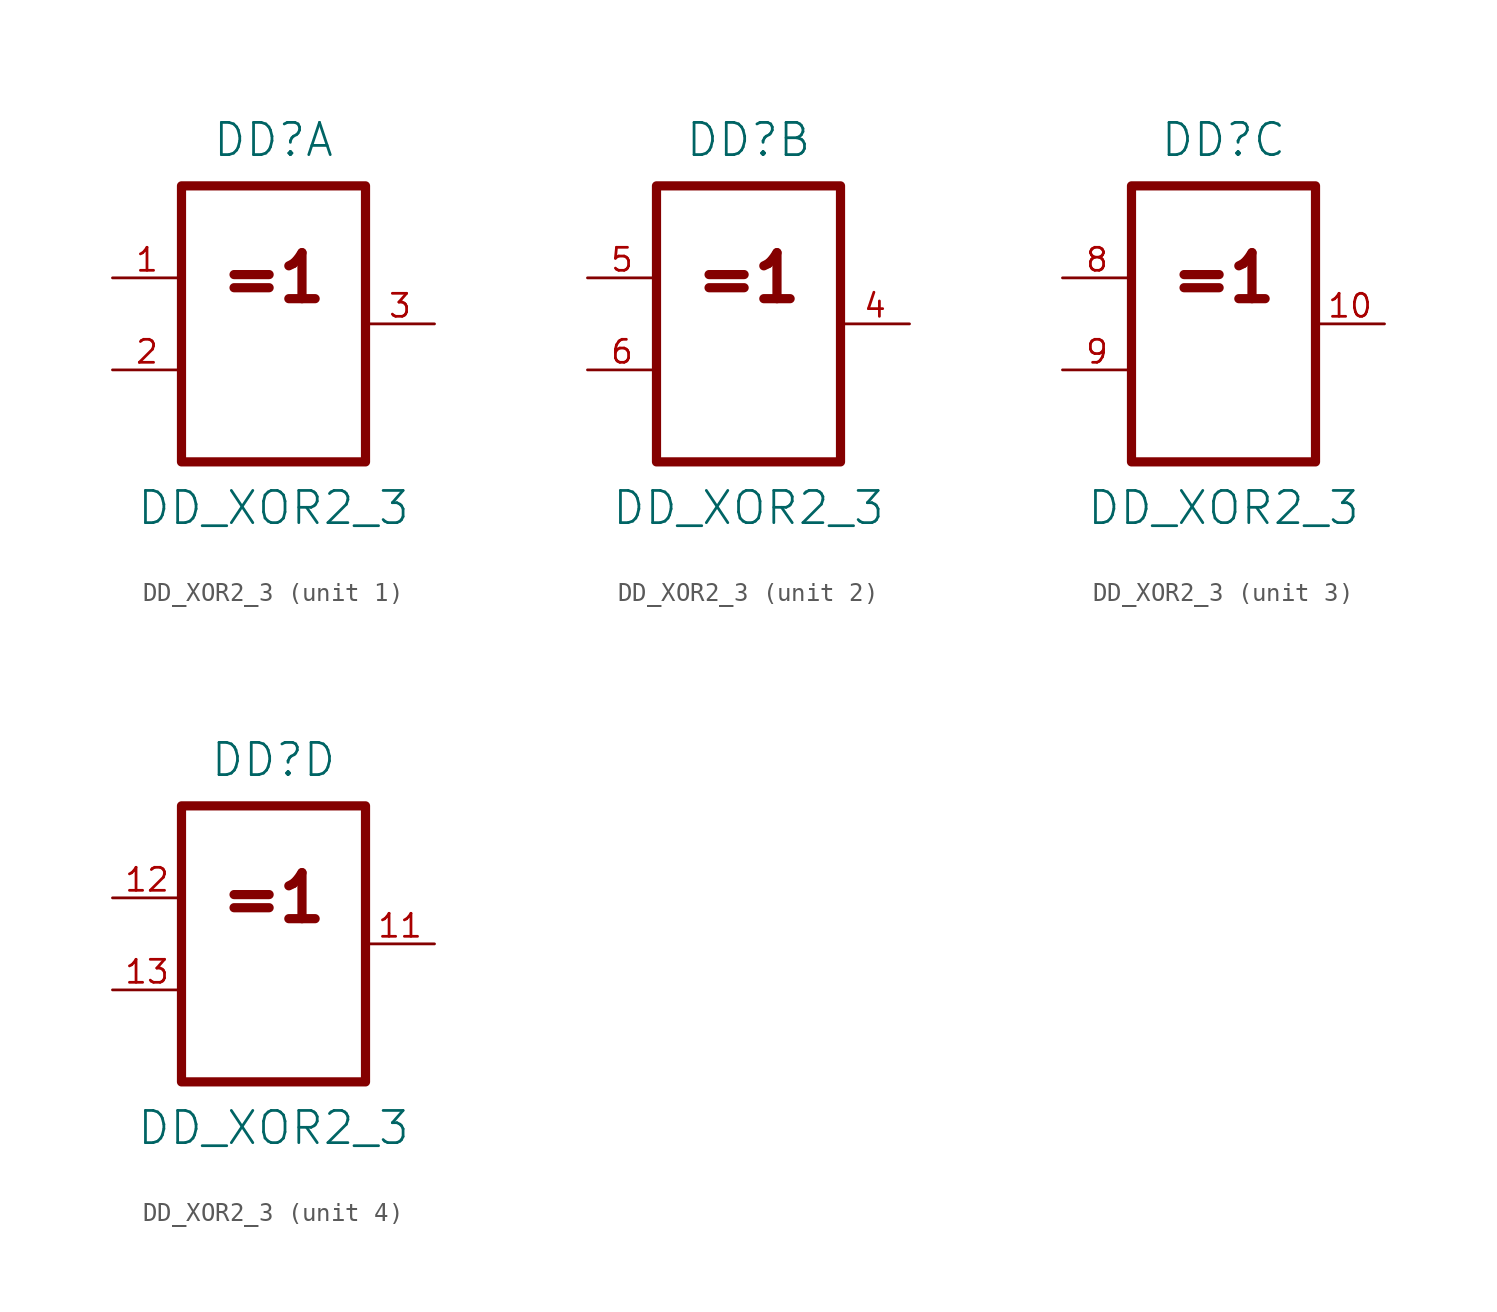
<source format=kicad_sym>
(kicad_symbol_lib
  (version 20211014)
  (generator kicad_symbol_editor)
  (symbol "DD_XOR2_3"
    (pin_names
      (offset 1.27))
    (property "Reference" "DD"
      (at 0 10.16 0)
      (effects (font (size 1.778 1.778))))
    (property "Value" "DD_XOR2_3"
      (at 0 -10.16 0)
      (effects (font (size 1.778 1.778))))
    (symbol "DD_XOR2_3_0_0"
      (text "=1" (at 0 2.54 0) (effects (font (size 2.54 2.54) bold))))
    (symbol "DD_XOR2_3_0_1"
      (rectangle (start -5.08 7.62) (end 5.08 -7.62) (stroke (width 0.508) (type default) (color 0 0 0 0)) (fill (type none)))
      (pin power_in non_logic (at 8.89 5.08 180) (length 3.81) hide (name "VCC" (effects (font (size 1.27 1.27)))) (number "14" (effects (font (size 1.27 1.27)))))
      (pin power_in non_logic (at 8.89 -5.08 180) (length 3.81) hide (name "GND" (effects (font (size 1.27 1.27)))) (number "7" (effects (font (size 1.27 1.27))))))
    (symbol "DD_XOR2_3_1_1"
      (pin input line (at -8.89 2.54 0) (length 3.81) (name "~" (effects (font (size 1.778 1.778)))) (number "1" (effects (font (size 1.27 1.27)))))
      (pin input line (at -8.89 -2.54 0) (length 3.81) (name "~" (effects (font (size 1.778 1.778)))) (number "2" (effects (font (size 1.27 1.27)))))
      (pin output line (at 8.89 0 180) (length 3.81) (name "~" (effects (font (size 1.778 1.778)))) (number "3" (effects (font (size 1.27 1.27))))))
    (symbol "DD_XOR2_3_2_1"
      (pin output line (at 8.89 0 180) (length 3.81) (name "~" (effects (font (size 1.778 1.778)))) (number "4" (effects (font (size 1.27 1.27)))))
      (pin input line (at -8.89 2.54 0) (length 3.81) (name "~" (effects (font (size 1.778 1.778)))) (number "5" (effects (font (size 1.27 1.27)))))
      (pin input line (at -8.89 -2.54 0) (length 3.81) (name "~" (effects (font (size 1.778 1.778)))) (number "6" (effects (font (size 1.27 1.27))))))
    (symbol "DD_XOR2_3_3_1"
      (pin output line (at 8.89 0 180) (length 3.81) (name "~" (effects (font (size 1.778 1.778)))) (number "10" (effects (font (size 1.27 1.27)))))
      (pin input line (at -8.89 2.54 0) (length 3.81) (name "~" (effects (font (size 1.778 1.778)))) (number "8" (effects (font (size 1.27 1.27)))))
      (pin input line (at -8.89 -2.54 0) (length 3.81) (name "~" (effects (font (size 1.778 1.778)))) (number "9" (effects (font (size 1.27 1.27))))))
    (symbol "DD_XOR2_3_4_1"
      (pin output line (at 8.89 0 180) (length 3.81) (name "~" (effects (font (size 1.778 1.778)))) (number "11" (effects (font (size 1.27 1.27)))))
      (pin input line (at -8.89 2.54 0) (length 3.81) (name "~" (effects (font (size 1.778 1.778)))) (number "12" (effects (font (size 1.27 1.27)))))
      (pin input line (at -8.89 -2.54 0) (length 3.81) (name "~" (effects (font (size 1.778 1.778)))) (number "13" (effects (font (size 1.27 1.27))))))))
</source>
